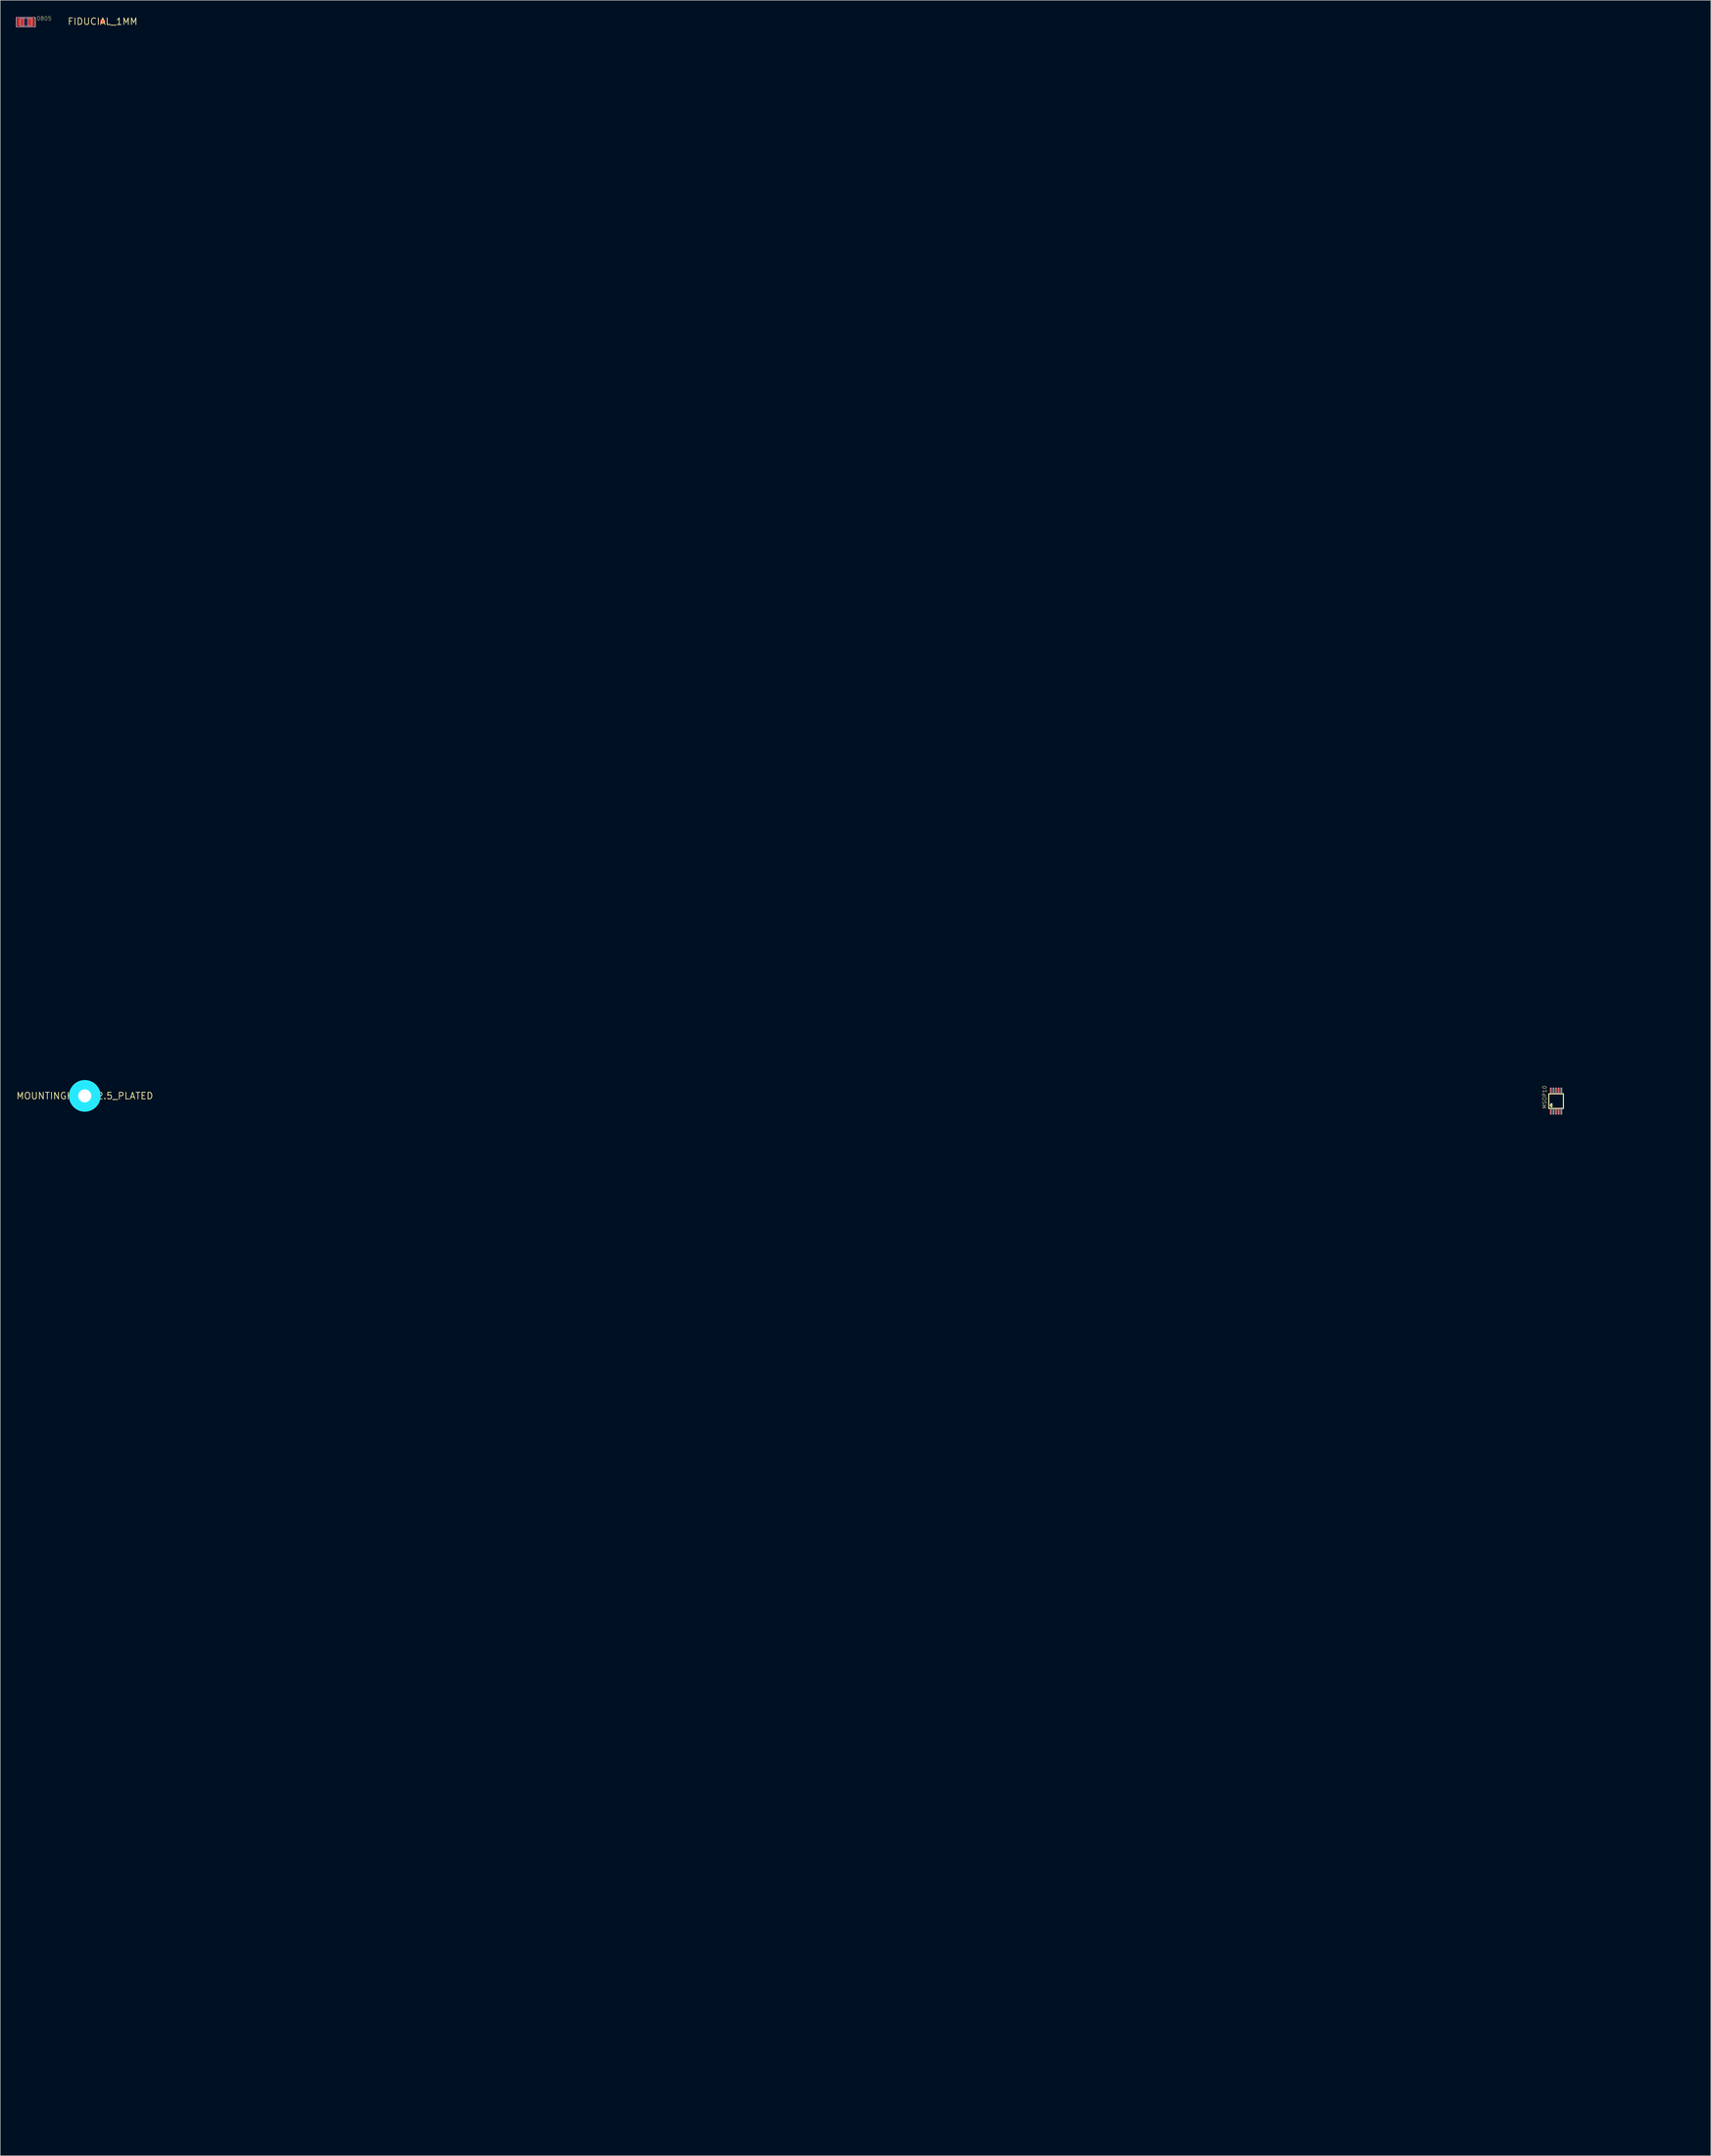
<source format=kicad_pcb>
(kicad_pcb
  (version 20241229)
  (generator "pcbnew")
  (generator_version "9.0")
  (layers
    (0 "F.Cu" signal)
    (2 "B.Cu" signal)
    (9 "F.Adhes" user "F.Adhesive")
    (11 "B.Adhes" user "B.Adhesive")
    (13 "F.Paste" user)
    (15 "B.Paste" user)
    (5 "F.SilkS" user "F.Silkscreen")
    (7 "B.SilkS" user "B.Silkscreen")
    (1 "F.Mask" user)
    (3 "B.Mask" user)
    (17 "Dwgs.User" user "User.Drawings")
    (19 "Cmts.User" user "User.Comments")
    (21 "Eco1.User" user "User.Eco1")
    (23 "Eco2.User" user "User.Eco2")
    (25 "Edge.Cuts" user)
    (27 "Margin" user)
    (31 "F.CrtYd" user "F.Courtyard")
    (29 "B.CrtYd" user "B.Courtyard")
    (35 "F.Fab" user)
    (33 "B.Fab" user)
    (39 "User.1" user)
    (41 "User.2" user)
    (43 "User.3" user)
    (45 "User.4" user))
  (footprint "MOUNTINGHOLE_2.5_PLATED"
    (layer "F.Cu")
    (at 13.191 206.8)
    (property "Reference" "MOUNTINGHOLE_2.5_PLATED" (at 0 0 0) (layer "F.SilkS") (effects (font (size 1.27 1.27) (thickness 0.15))))
    (fp_circle (center 0 0) (end 1.75 0) (stroke (width 0.152) (type solid)) (fill no) (layer "F.SilkS"))
    (fp_circle (center 0 0) (end 1 0) (stroke (width 2.032) (type solid)) (fill no) (layer "B.CrtYd"))
    (fp_circle (center 0 0) (end 1 0) (stroke (width 2.032) (type solid)) (fill no) (layer "F.CrtYd"))
    (pad "P$1" thru_hole circle (at 0 0) (size 3.2 3.2) (drill 2.5) (layers "*.Cu" "*.Mask"))
    (zone (net_name "") (layer "F.Cu") (hatch edge 0.5) (connect_pads) (min_thickness 0.25) (filled_areas_thickness no) (keepout (tracks not_allowed) (vias not_allowed) (pads not_allowed) (copperpour not_allowed) (footprints allowed)) (placement (enabled no)) (fill) (polygon (pts (xy 289.349 404.743) (xy 289.33 404.462) (xy 289.271 404.187) (xy 289.175 403.923) (xy 289.043 403.674) (xy 288.878 403.447) (xy 288.682 403.244) (xy 288.461 403.071) (xy 288.217 402.931) (xy 287.956 402.825) (xy 287.683 402.757) (xy 287.404 402.728) (xy 287.123 402.738) (xy 286.846 402.786) (xy 286.578 402.873) (xy 286.325 402.997) (xy 286.092 403.154) (xy 285.883 403.342) (xy 285.702 403.558) (xy 285.553 403.796) (xy 285.439 404.053) (xy 285.361 404.323) (xy 285.322 404.602) (xy 285.322 404.883) (xy 285.361 405.162) (xy 285.439 405.432) (xy 285.553 405.689) (xy 285.702 405.927) (xy 285.883 406.143) (xy 286.092 406.331) (xy 286.325 406.488) (xy 286.578 406.612) (xy 286.846 406.699) (xy 287.123 406.747) (xy 287.404 406.757) (xy 287.683 406.728) (xy 287.956 406.66) (xy 288.217 406.554) (xy 288.461 406.414) (xy 288.682 406.241) (xy 288.878 406.038) (xy 289.043 405.811) (xy 289.175 405.562) (xy 289.271 405.298) (xy 289.33 405.023))) (polygon (pts (xy 287.317 404.743) (xy 287.322 404.754) (xy 287.333 404.759) (xy 287.345 404.754) (xy 287.349 404.743) (xy 287.345 404.731) (xy 287.333 404.727) (xy 287.322 404.731))))
    (zone (net_name "") (layer "B.Cu") (hatch edge 0.5) (connect_pads) (min_thickness 0.25) (filled_areas_thickness no) (keepout (tracks not_allowed) (vias not_allowed) (pads not_allowed) (copperpour not_allowed) (footprints allowed)) (placement (enabled no)) (fill) (polygon (pts (xy 289.349 404.743) (xy 289.33 404.462) (xy 289.271 404.187) (xy 289.175 403.923) (xy 289.043 403.674) (xy 288.878 403.447) (xy 288.682 403.244) (xy 288.461 403.071) (xy 288.217 402.931) (xy 287.956 402.825) (xy 287.683 402.757) (xy 287.404 402.728) (xy 287.123 402.738) (xy 286.846 402.786) (xy 286.578 402.873) (xy 286.325 402.997) (xy 286.092 403.154) (xy 285.883 403.342) (xy 285.702 403.558) (xy 285.553 403.796) (xy 285.439 404.053) (xy 285.361 404.323) (xy 285.322 404.602) (xy 285.322 404.883) (xy 285.361 405.162) (xy 285.439 405.432) (xy 285.553 405.689) (xy 285.702 405.927) (xy 285.883 406.143) (xy 286.092 406.331) (xy 286.325 406.488) (xy 286.578 406.612) (xy 286.846 406.699) (xy 287.123 406.747) (xy 287.404 406.757) (xy 287.683 406.728) (xy 287.956 406.66) (xy 288.217 406.554) (xy 288.461 406.414) (xy 288.682 406.241) (xy 288.878 406.038) (xy 289.043 405.811) (xy 289.175 405.562) (xy 289.271 405.298) (xy 289.33 405.023))) (polygon (pts (xy 287.317 404.743) (xy 287.322 404.754) (xy 287.333 404.759) (xy 287.345 404.754) (xy 287.349 404.743) (xy 287.345 404.731) (xy 287.333 404.727) (xy 287.322 404.731)))))
  (footprint "FIDUCIAL_1MM"
    (layer "F.Cu")
    (at 16.608 1.064)
    (property "Reference" "FIDUCIAL_1MM" (at 0 0 0) (layer "F.SilkS") (effects (font (size 1.27 1.27) (thickness 0.15))))
    (fp_poly (pts (xy 0.404 -0.984) (xy 0.591 -0.885) (xy 0.752 -0.752) (xy 0.885 -0.591) (xy 0.983 -0.407) (xy 1.043 -0.208) (xy 1.064 0.003) (xy 0.984 0.404) (xy 0.885 0.591) (xy 0.752 0.752) (xy 0.591 0.885) (xy 0.407 0.983) (xy 0.208 1.043) (xy -0.003 1.064) (xy -0.404 0.984) (xy -0.591 0.885) (xy -0.752 0.752) (xy -0.885 0.591) (xy -0.983 0.407) (xy -1.043 0.208) (xy -1.064 -0.003) (xy -0.984 -0.404) (xy -0.885 -0.591) (xy -0.752 -0.752) (xy -0.591 -0.885) (xy -0.407 -0.983) (xy -0.208 -1.043) (xy 0.003 -1.064)) (stroke (width 0) (type default)) (fill yes) (layer "F.Mask"))
    (pad "1" smd roundrect (at 0 0) (size 1 1) (layers "F.Cu") (roundrect_rratio 0.5))
    (zone (net_name "") (layer "F.Cu") (hatch edge 0.5) (connect_pads) (min_thickness 0.25) (filled_areas_thickness no) (keepout (tracks not_allowed) (vias not_allowed) (pads not_allowed) (copperpour not_allowed) (footprints allowed)) (placement (enabled no)) (fill) (polygon (pts (xy 319.723 200.784) (xy 319.742 200.979) (xy 319.799 201.167) (xy 319.891 201.34) (xy 320.015 201.491) (xy 320.167 201.616) (xy 320.34 201.708) (xy 320.723 201.784) (xy 320.918 201.765) (xy 321.105 201.708) (xy 321.278 201.616) (xy 321.43 201.491) (xy 321.554 201.34) (xy 321.646 201.167) (xy 321.723 200.784) (xy 321.703 200.589) (xy 321.646 200.402) (xy 321.554 200.229) (xy 321.43 200.077) (xy 321.278 199.953) (xy 321.105 199.86) (xy 320.723 199.784) (xy 320.527 199.804) (xy 320.34 199.86) (xy 320.167 199.953) (xy 320.015 200.077) (xy 319.891 200.229) (xy 319.799 200.402)))))
  (footprint "0805"
    (layer "F.Cu")
    (at 1.898 1.186)
    (property "Reference" "0805" (at 2.032 -0.254 0) (unlocked yes) (layer "F.SilkS") (effects (font (size 0.753 0.753) (thickness 0.06)) (justify left bottom)))
    (fp_line (start -1.8 -0.9) (end 1.8 -0.9) (stroke (width 0.127) (type solid)) (layer "F.SilkS"))
    (fp_line (start -1.8 0.9) (end -1.8 -0.9) (stroke (width 0.127) (type solid)) (layer "F.SilkS"))
    (fp_line (start 1.8 -0.9) (end 1.8 0.9) (stroke (width 0.127) (type solid)) (layer "F.SilkS"))
    (fp_line (start 1.8 0.9) (end -1.8 0.9) (stroke (width 0.127) (type solid)) (layer "F.SilkS"))
    (fp_poly (pts (xy -0.1 0.4) (xy 0.1 0.4) (xy 0.1 -0.4) (xy -0.1 -0.4)) (stroke (width 0) (type default)) (fill yes) (layer "F.Adhes"))
    (fp_line (start -1.873 -0.883) (end 1.873 -0.883) (stroke (width 0.051) (type solid)) (layer "F.CrtYd"))
    (fp_line (start -1.873 0.883) (end -1.873 -0.883) (stroke (width 0.051) (type solid)) (layer "F.CrtYd"))
    (fp_line (start 1.873 -0.883) (end 1.873 0.883) (stroke (width 0.051) (type solid)) (layer "F.CrtYd"))
    (fp_line (start 1.873 0.883) (end -1.873 0.883) (stroke (width 0.051) (type solid)) (layer "F.CrtYd"))
    (fp_line (start -0.381 -0.66) (end 0.381 -0.66) (stroke (width 0.102) (type solid)) (layer "F.Fab"))
    (fp_line (start -0.356 0.66) (end 0.381 0.66) (stroke (width 0.102) (type solid)) (layer "F.Fab"))
    (fp_poly (pts (xy -1.092 0.724) (xy -0.342 0.724) (xy -0.342 -0.726) (xy -1.092 -0.726)) (stroke (width 0.1) (type default)) (fill no) (layer "F.Fab"))
    (fp_poly (pts (xy 0.356 0.724) (xy 1.106 0.724) (xy 1.106 -0.726) (xy 0.356 -0.726)) (stroke (width 0.1) (type default)) (fill no) (layer "F.Fab"))
    (pad "1" smd rect (at -0.95 0) (size 1.3 1.5) (layers "F.Cu" "F.Mask" "F.Paste"))
    (pad "2" smd rect (at 0.95 0) (size 1.3 1.5) (layers "F.Cu" "F.Mask" "F.Paste")))
  (footprint "MSOP10"
    (layer "F.Cu")
    (at 295.086 207.805)
    (property "Reference" "MSOP10" (at -1.778 1.524 90) (unlocked yes) (layer "F.SilkS") (effects (font (size 0.74 0.74) (thickness 0.073)) (justify left bottom)))
    (fp_line (start -1.4 -1.4) (end 1.4 -1.4) (stroke (width 0.203) (type solid)) (layer "F.SilkS"))
    (fp_line (start -1.4 1.4) (end -1.4 -1.4) (stroke (width 0.203) (type solid)) (layer "F.SilkS"))
    (fp_line (start -0.8 0.5) (end -0.8 1.1) (stroke (width 0.203) (type solid)) (layer "F.SilkS"))
    (fp_line (start 1.4 -1.4) (end 1.4 1.4) (stroke (width 0.203) (type solid)) (layer "F.SilkS"))
    (fp_line (start 1.4 1.4) (end -1.4 1.4) (stroke (width 0.203) (type solid)) (layer "F.SilkS"))
    (fp_arc (start -0.8 1.1) (mid -1.1 0.8) (end -0.8 0.5) (stroke (width 0.2032) (type solid)) (layer "F.SilkS"))
    (fp_poly (pts (xy -1.124 2.5) (xy -0.874 2.5) (xy -0.874 1.5) (xy -1.124 1.5)) (stroke (width 0.1) (type default)) (fill no) (layer "F.Fab"))
    (fp_poly (pts (xy -0.876 -2.5) (xy -1.126 -2.5) (xy -1.126 -1.5) (xy -0.876 -1.5)) (stroke (width 0.1) (type default)) (fill no) (layer "F.Fab"))
    (fp_poly (pts (xy -0.624 2.5) (xy -0.374 2.5) (xy -0.374 1.5) (xy -0.624 1.5)) (stroke (width 0.1) (type default)) (fill no) (layer "F.Fab"))
    (fp_poly (pts (xy -0.376 -2.5) (xy -0.626 -2.5) (xy -0.626 -1.5) (xy -0.376 -1.5)) (stroke (width 0.1) (type default)) (fill no) (layer "F.Fab"))
    (fp_poly (pts (xy -0.124 2.5) (xy 0.126 2.5) (xy 0.126 1.5) (xy -0.124 1.5)) (stroke (width 0.1) (type default)) (fill no) (layer "F.Fab"))
    (fp_poly (pts (xy 0.124 -2.5) (xy -0.126 -2.5) (xy -0.126 -1.5) (xy 0.124 -1.5)) (stroke (width 0.1) (type default)) (fill no) (layer "F.Fab"))
    (fp_poly (pts (xy 0.376 2.5) (xy 0.626 2.5) (xy 0.626 1.5) (xy 0.376 1.5)) (stroke (width 0.1) (type default)) (fill no) (layer "F.Fab"))
    (fp_poly (pts (xy 0.624 -2.5) (xy 0.374 -2.5) (xy 0.374 -1.5) (xy 0.624 -1.5)) (stroke (width 0.1) (type default)) (fill no) (layer "F.Fab"))
    (fp_poly (pts (xy 0.876 2.5) (xy 1.126 2.5) (xy 1.126 1.5) (xy 0.876 1.5)) (stroke (width 0.1) (type default)) (fill no) (layer "F.Fab"))
    (fp_poly (pts (xy 1.124 -2.5) (xy 0.874 -2.5) (xy 0.874 -1.5) (xy 1.124 -1.5)) (stroke (width 0.1) (type default)) (fill no) (layer "F.Fab"))
    (pad "1" smd rect (at -1 2.113) (size 0.25 1) (layers "F.Cu" "F.Mask" "F.Paste"))
    (pad "2" smd rect (at -0.5 2.113) (size 0.25 1) (layers "F.Cu" "F.Mask" "F.Paste"))
    (pad "3" smd rect (at 0 2.113) (size 0.25 1) (layers "F.Cu" "F.Mask" "F.Paste"))
    (pad "4" smd rect (at 0.5 2.113) (size 0.25 1) (layers "F.Cu" "F.Mask" "F.Paste"))
    (pad "5" smd rect (at 1 2.113) (size 0.25 1) (layers "F.Cu" "F.Mask" "F.Paste"))
    (pad "6" smd rect (at 1 -2.113 180) (size 0.25 1) (layers "F.Cu" "F.Mask" "F.Paste"))
    (pad "7" smd rect (at 0.5 -2.113 180) (size 0.25 1) (layers "F.Cu" "F.Mask" "F.Paste"))
    (pad "8" smd rect (at 0 -2.113 180) (size 0.25 1) (layers "F.Cu" "F.Mask" "F.Paste"))
    (pad "9" smd rect (at -0.5 -2.113 180) (size 0.25 1) (layers "F.Cu" "F.Mask" "F.Paste"))
    (pad "10" smd rect (at -1 -2.113 180) (size 0.25 1) (layers "F.Cu" "F.Mask" "F.Paste")))
  (gr_rect
    (start -3 -3)
    (end 324.723 409.757)
    (stroke (width 0.1) (type default))
    (fill no)
    (layer "Edge.Cuts")))
</source>
